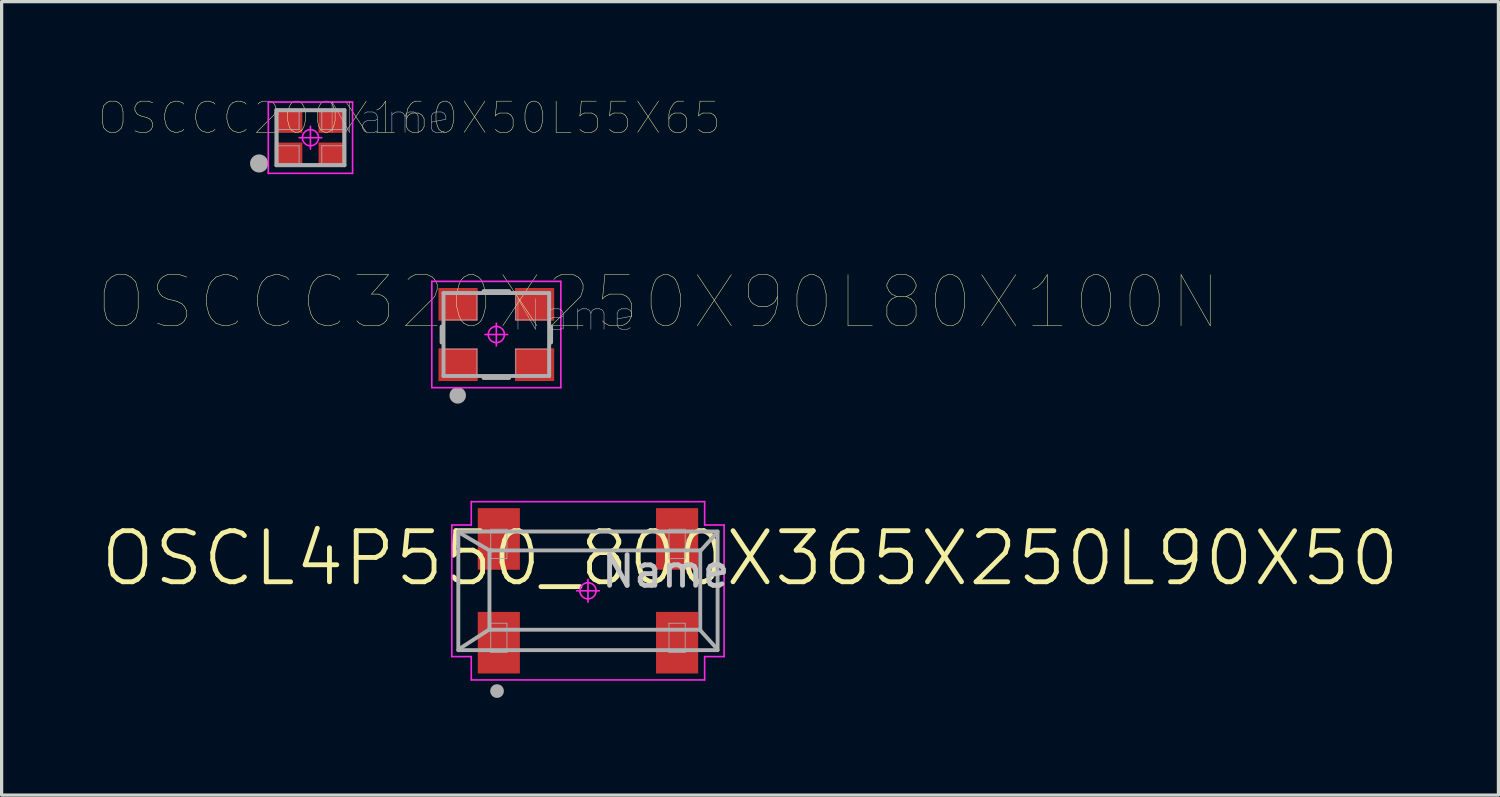
<source format=kicad_pcb>
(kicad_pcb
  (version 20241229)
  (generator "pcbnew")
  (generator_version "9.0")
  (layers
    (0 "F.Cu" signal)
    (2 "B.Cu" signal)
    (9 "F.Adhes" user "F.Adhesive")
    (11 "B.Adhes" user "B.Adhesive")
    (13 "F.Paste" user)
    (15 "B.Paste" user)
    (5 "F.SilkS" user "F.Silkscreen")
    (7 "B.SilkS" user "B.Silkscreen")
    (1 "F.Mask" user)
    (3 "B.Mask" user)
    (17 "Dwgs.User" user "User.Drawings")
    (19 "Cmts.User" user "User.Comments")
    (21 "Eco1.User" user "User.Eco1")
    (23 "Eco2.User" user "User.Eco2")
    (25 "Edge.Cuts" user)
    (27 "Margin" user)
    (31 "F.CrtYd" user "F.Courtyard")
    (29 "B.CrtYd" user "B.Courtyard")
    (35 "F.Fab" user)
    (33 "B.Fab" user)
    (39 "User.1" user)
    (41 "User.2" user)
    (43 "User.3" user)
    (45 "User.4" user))
  (footprint "OSCCC320X250X90L80X100N"
    (layer "F.Cu")
    (at 12.263 7.271)
    (property "Reference" "OSCCC320X250X90L80X100N" (at 5 -1 0) (layer "F.SilkS") (effects (font (size 1.575 1.575) (thickness 0.015))))
    (attr through_hole)
    (fp_line (start -1.99 -1.64) (end 1.99 -1.64) (stroke (width 0.05) (type solid)) (layer "F.CrtYd"))
    (fp_line (start -1.99 1.64) (end -1.99 -1.64) (stroke (width 0.05) (type solid)) (layer "F.CrtYd"))
    (fp_line (start -0.35 0) (end 0.35 0) (stroke (width 0.05) (type solid)) (layer "F.CrtYd"))
    (fp_line (start 0 -0.35) (end 0 0.35) (stroke (width 0.05) (type solid)) (layer "F.CrtYd"))
    (fp_line (start 1.99 -1.64) (end 1.99 1.64) (stroke (width 0.05) (type solid)) (layer "F.CrtYd"))
    (fp_line (start 1.99 1.64) (end -1.99 1.64) (stroke (width 0.05) (type solid)) (layer "F.CrtYd"))
    (fp_circle (center 0 0) (end 0.25 0) (stroke (width 0.05) (type solid)) (fill no) (layer "F.CrtYd"))
    (fp_line (start -1.69 0.245) (end -1.69 -0.245) (stroke (width 0.12) (type solid)) (layer "F.Fab"))
    (fp_line (start -1.63 -1.28) (end 1.63 -1.28) (stroke (width 0.12) (type solid)) (layer "F.Fab"))
    (fp_line (start -1.63 1.28) (end -1.63 -1.28) (stroke (width 0.12) (type solid)) (layer "F.Fab"))
    (fp_line (start -1.6 -1.25) (end -0.6 -1.25) (stroke (width 0.025) (type solid)) (layer "F.Fab"))
    (fp_line (start -1.6 -0.45) (end -1.6 -1.25) (stroke (width 0.025) (type solid)) (layer "F.Fab"))
    (fp_line (start -1.6 0.45) (end -1.6 -0.45) (stroke (width 0.025) (type solid)) (layer "F.Fab"))
    (fp_line (start -1.6 0.45) (end -0.6 0.45) (stroke (width 0.025) (type solid)) (layer "F.Fab"))
    (fp_line (start -1.6 1.25) (end -1.6 0.45) (stroke (width 0.025) (type solid)) (layer "F.Fab"))
    (fp_line (start -0.6 -1.25) (end -0.6 -0.45) (stroke (width 0.025) (type solid)) (layer "F.Fab"))
    (fp_line (start -0.6 -1.25) (end 0.6 -1.25) (stroke (width 0.025) (type solid)) (layer "F.Fab"))
    (fp_line (start -0.6 -0.45) (end -1.6 -0.45) (stroke (width 0.025) (type solid)) (layer "F.Fab"))
    (fp_line (start -0.6 0.45) (end -0.6 1.25) (stroke (width 0.025) (type solid)) (layer "F.Fab"))
    (fp_line (start -0.6 1.25) (end -1.6 1.25) (stroke (width 0.025) (type solid)) (layer "F.Fab"))
    (fp_line (start -0.395 1.34) (end 0.395 1.34) (stroke (width 0.12) (type solid)) (layer "F.Fab"))
    (fp_line (start 0.395 -1.34) (end -0.395 -1.34) (stroke (width 0.12) (type solid)) (layer "F.Fab"))
    (fp_line (start 0.6 -1.25) (end 1.6 -1.25) (stroke (width 0.025) (type solid)) (layer "F.Fab"))
    (fp_line (start 0.6 -0.45) (end 0.6 -1.25) (stroke (width 0.025) (type solid)) (layer "F.Fab"))
    (fp_line (start 0.6 0.45) (end 1.6 0.45) (stroke (width 0.025) (type solid)) (layer "F.Fab"))
    (fp_line (start 0.6 1.25) (end -0.6 1.25) (stroke (width 0.025) (type solid)) (layer "F.Fab"))
    (fp_line (start 0.6 1.25) (end 0.6 0.45) (stroke (width 0.025) (type solid)) (layer "F.Fab"))
    (fp_line (start 1.6 -1.25) (end 1.6 -0.45) (stroke (width 0.025) (type solid)) (layer "F.Fab"))
    (fp_line (start 1.6 -0.45) (end 0.6 -0.45) (stroke (width 0.025) (type solid)) (layer "F.Fab"))
    (fp_line (start 1.6 -0.45) (end 1.6 0.45) (stroke (width 0.025) (type solid)) (layer "F.Fab"))
    (fp_line (start 1.6 0.45) (end 1.6 1.25) (stroke (width 0.025) (type solid)) (layer "F.Fab"))
    (fp_line (start 1.6 1.25) (end 0.6 1.25) (stroke (width 0.025) (type solid)) (layer "F.Fab"))
    (fp_line (start 1.63 -1.28) (end 1.63 1.28) (stroke (width 0.12) (type solid)) (layer "F.Fab"))
    (fp_line (start 1.63 1.28) (end -1.63 1.28) (stroke (width 0.12) (type solid)) (layer "F.Fab"))
    (fp_line (start 1.69 0.245) (end 1.69 -0.245) (stroke (width 0.12) (type solid)) (layer "F.Fab"))
    (fp_circle (center -1.191 1.878) (end -0.937 1.878) (stroke (width 0) (type solid)) (fill yes) (layer "F.Fab"))
    (fp_text user "Name" (at 2.4 -0.6 0) (layer "Dwgs.User") (effects (font (size 0.945 0.945) (thickness 0.015))))
    (pad "1" smd rect (at -1.18 0.93) (size 1.21 1.01) (layers "F.Cu" "F.Mask" "F.Paste"))
    (pad "2" smd rect (at 1.18 0.93) (size 1.21 1.01) (layers "F.Cu" "F.Mask" "F.Paste"))
    (pad "3" smd rect (at 1.18 -0.93) (size 1.21 1.01) (layers "F.Cu" "F.Mask" "F.Paste"))
    (pad "4" smd rect (at -1.18 -0.93) (size 1.21 1.01) (layers "F.Cu" "F.Mask" "F.Paste")))
  (footprint "OSCL4P550_800X365X250L90X50"
    (layer "F.Cu")
    (at 15.09 15.178)
    (property "Reference" "OSCL4P550_800X365X250L90X50" (at 5 -1 0) (layer "F.SilkS") (effects (font (size 1.575 1.575) (thickness 0.15))))
    (attr through_hole)
    (fp_line (start -4.2 -2.03) (end -4.2 2.03) (stroke (width 0.05) (type solid)) (layer "F.CrtYd"))
    (fp_line (start -4.2 2.03) (end -3.6 2.03) (stroke (width 0.05) (type solid)) (layer "F.CrtYd"))
    (fp_line (start -3.6 -2.75) (end -3.6 -2.03) (stroke (width 0.05) (type solid)) (layer "F.CrtYd"))
    (fp_line (start -3.6 -2.03) (end -4.2 -2.03) (stroke (width 0.05) (type solid)) (layer "F.CrtYd"))
    (fp_line (start -3.6 2.03) (end -3.6 2.75) (stroke (width 0.05) (type solid)) (layer "F.CrtYd"))
    (fp_line (start -3.6 2.75) (end 3.6 2.75) (stroke (width 0.05) (type solid)) (layer "F.CrtYd"))
    (fp_line (start -0.35 0) (end 0.35 0) (stroke (width 0.05) (type solid)) (layer "F.CrtYd"))
    (fp_line (start 0 -0.35) (end 0 0.35) (stroke (width 0.05) (type solid)) (layer "F.CrtYd"))
    (fp_line (start 3.6 -2.75) (end -3.6 -2.75) (stroke (width 0.05) (type solid)) (layer "F.CrtYd"))
    (fp_line (start 3.6 -2.03) (end 3.6 -2.75) (stroke (width 0.05) (type solid)) (layer "F.CrtYd"))
    (fp_line (start 3.6 2.03) (end 4.2 2.03) (stroke (width 0.05) (type solid)) (layer "F.CrtYd"))
    (fp_line (start 3.6 2.75) (end 3.6 2.03) (stroke (width 0.05) (type solid)) (layer "F.CrtYd"))
    (fp_line (start 4.2 -2.03) (end 3.6 -2.03) (stroke (width 0.05) (type solid)) (layer "F.CrtYd"))
    (fp_line (start 4.2 2.03) (end 4.2 -2.03) (stroke (width 0.05) (type solid)) (layer "F.CrtYd"))
    (fp_circle (center 0 0) (end 0.25 0) (stroke (width 0.05) (type solid)) (fill no) (layer "F.CrtYd"))
    (fp_line (start -4 -1.83) (end 4 -1.83) (stroke (width 0.12) (type solid)) (layer "F.Fab"))
    (fp_line (start -4 -1.825) (end 4 -1.825) (stroke (width 0.025) (type solid)) (layer "F.Fab"))
    (fp_line (start -4 1.825) (end -4 -1.825) (stroke (width 0.025) (type solid)) (layer "F.Fab"))
    (fp_line (start -4 1.83) (end -4 -1.83) (stroke (width 0.12) (type solid)) (layer "F.Fab"))
    (fp_line (start -3.046 -1.25) (end -3.977 -1.799) (stroke (width 0.12) (type solid)) (layer "F.Fab"))
    (fp_line (start -3.04 1.189) (end -3.98 1.798) (stroke (width 0.12) (type solid)) (layer "F.Fab"))
    (fp_line (start -3.039 -1.246) (end -2.979 -1.246) (stroke (width 0.12) (type solid)) (layer "F.Fab"))
    (fp_line (start -3.039 1.201) (end -3.039 -1.246) (stroke (width 0.12) (type solid)) (layer "F.Fab"))
    (fp_line (start -3 -1.9) (end -2.5 -1.9) (stroke (width 0.025) (type solid)) (layer "F.Fab"))
    (fp_line (start -3 -1) (end -3 -1.9) (stroke (width 0.025) (type solid)) (layer "F.Fab"))
    (fp_line (start -3 1) (end -2.5 1) (stroke (width 0.025) (type solid)) (layer "F.Fab"))
    (fp_line (start -3 1.9) (end -3 1) (stroke (width 0.025) (type solid)) (layer "F.Fab"))
    (fp_line (start -2.993 -1.247) (end 3.464 -1.247) (stroke (width 0.12) (type solid)) (layer "F.Fab"))
    (fp_line (start -2.993 -1.238) (end -2.993 -1.247) (stroke (width 0.12) (type solid)) (layer "F.Fab"))
    (fp_line (start -2.5 -1.9) (end -2.5 -1) (stroke (width 0.025) (type solid)) (layer "F.Fab"))
    (fp_line (start -2.5 -1) (end -3 -1) (stroke (width 0.025) (type solid)) (layer "F.Fab"))
    (fp_line (start -2.5 1) (end -2.5 1.9) (stroke (width 0.025) (type solid)) (layer "F.Fab"))
    (fp_line (start -2.5 1.9) (end -3 1.9) (stroke (width 0.025) (type solid)) (layer "F.Fab"))
    (fp_line (start 2.5 -1.9) (end 3 -1.9) (stroke (width 0.025) (type solid)) (layer "F.Fab"))
    (fp_line (start 2.5 -1) (end 2.5 -1.9) (stroke (width 0.025) (type solid)) (layer "F.Fab"))
    (fp_line (start 2.5 1) (end 3 1) (stroke (width 0.025) (type solid)) (layer "F.Fab"))
    (fp_line (start 2.5 1.9) (end 2.5 1) (stroke (width 0.025) (type solid)) (layer "F.Fab"))
    (fp_line (start 3 -1.9) (end 3 -1) (stroke (width 0.025) (type solid)) (layer "F.Fab"))
    (fp_line (start 3 -1) (end 2.5 -1) (stroke (width 0.025) (type solid)) (layer "F.Fab"))
    (fp_line (start 3 1) (end 3 1.9) (stroke (width 0.025) (type solid)) (layer "F.Fab"))
    (fp_line (start 3 1.9) (end 2.5 1.9) (stroke (width 0.025) (type solid)) (layer "F.Fab"))
    (fp_line (start 3.463 1.216) (end 3.97 1.777) (stroke (width 0.12) (type solid)) (layer "F.Fab"))
    (fp_line (start 3.464 -1.247) (end 3.464 1.201) (stroke (width 0.12) (type solid)) (layer "F.Fab"))
    (fp_line (start 3.464 1.201) (end -3.039 1.201) (stroke (width 0.12) (type solid)) (layer "F.Fab"))
    (fp_line (start 3.468 -1.229) (end 3.949 -1.758) (stroke (width 0.12) (type solid)) (layer "F.Fab"))
    (fp_line (start 4 -1.825) (end 4 1.825) (stroke (width 0.025) (type solid)) (layer "F.Fab"))
    (fp_line (start 4 1.825) (end -4 1.825) (stroke (width 0.025) (type solid)) (layer "F.Fab"))
    (fp_line (start 4 1.83) (end -4 1.83) (stroke (width 0.12) (type solid)) (layer "F.Fab"))
    (fp_line (start 4 1.83) (end 4 -1.83) (stroke (width 0.12) (type solid)) (layer "F.Fab"))
    (fp_circle (center -2.805 3.093) (end -2.594 3.093) (stroke (width 0) (type solid)) (fill yes) (layer "F.Fab"))
    (fp_text user "Name" (at 2.4 -0.6 0) (layer "Dwgs.User") (effects (font (size 0.945 0.945) (thickness 0.15))))
    (pad "1" smd rect (at -2.75 1.6) (size 1.3 1.9) (layers "F.Cu" "F.Mask" "F.Paste"))
    (pad "2" smd rect (at 2.75 1.6) (size 1.3 1.9) (layers "F.Cu" "F.Mask" "F.Paste"))
    (pad "3" smd rect (at 2.75 -1.6) (size 1.3 1.9) (layers "F.Cu" "F.Mask" "F.Paste"))
    (pad "4" smd rect (at -2.75 -1.6) (size 1.3 1.9) (layers "F.Cu" "F.Mask" "F.Paste")))
  (footprint "OSCCC200X160X50L55X65"
    (layer "F.Cu")
    (at 6.528 1.198)
    (property "Reference" "OSCCC200X160X50L55X65" (at 3.05 -0.61 0) (layer "F.SilkS") (effects (font (size 0.961 0.961) (thickness 0.015))))
    (attr through_hole)
    (fp_line (start -1.3 -1.1) (end 1.3 -1.1) (stroke (width 0.05) (type solid)) (layer "F.CrtYd"))
    (fp_line (start -1.3 1.1) (end -1.3 -1.1) (stroke (width 0.05) (type solid)) (layer "F.CrtYd"))
    (fp_line (start -0.35 0) (end 0.35 0) (stroke (width 0.05) (type solid)) (layer "F.CrtYd"))
    (fp_line (start 0 -0.35) (end 0 0.35) (stroke (width 0.05) (type solid)) (layer "F.CrtYd"))
    (fp_line (start 1.3 -1.1) (end 1.3 1.1) (stroke (width 0.05) (type solid)) (layer "F.CrtYd"))
    (fp_line (start 1.3 1.1) (end -1.3 1.1) (stroke (width 0.05) (type solid)) (layer "F.CrtYd"))
    (fp_circle (center 0 0) (end 0.25 0) (stroke (width 0.05) (type solid)) (fill no) (layer "F.CrtYd"))
    (fp_line (start -1.05 -0.85) (end 1.05 -0.85) (stroke (width 0.12) (type solid)) (layer "F.Fab"))
    (fp_line (start -1.05 0.85) (end -1.05 -0.85) (stroke (width 0.12) (type solid)) (layer "F.Fab"))
    (fp_line (start -1 -0.8) (end -0.35 -0.8) (stroke (width 0.025) (type solid)) (layer "F.Fab"))
    (fp_line (start -1 -0.25) (end -1 -0.8) (stroke (width 0.025) (type solid)) (layer "F.Fab"))
    (fp_line (start -1 0.25) (end -1 -0.25) (stroke (width 0.025) (type solid)) (layer "F.Fab"))
    (fp_line (start -1 0.25) (end -0.35 0.25) (stroke (width 0.025) (type solid)) (layer "F.Fab"))
    (fp_line (start -1 0.8) (end -1 0.25) (stroke (width 0.025) (type solid)) (layer "F.Fab"))
    (fp_line (start -0.35 -0.8) (end -0.35 -0.25) (stroke (width 0.025) (type solid)) (layer "F.Fab"))
    (fp_line (start -0.35 -0.8) (end 0.35 -0.8) (stroke (width 0.025) (type solid)) (layer "F.Fab"))
    (fp_line (start -0.35 -0.25) (end -1 -0.25) (stroke (width 0.025) (type solid)) (layer "F.Fab"))
    (fp_line (start -0.35 0.25) (end -0.35 0.8) (stroke (width 0.025) (type solid)) (layer "F.Fab"))
    (fp_line (start -0.35 0.8) (end -1 0.8) (stroke (width 0.025) (type solid)) (layer "F.Fab"))
    (fp_line (start 0.35 -0.8) (end 1 -0.8) (stroke (width 0.025) (type solid)) (layer "F.Fab"))
    (fp_line (start 0.35 -0.25) (end 0.35 -0.8) (stroke (width 0.025) (type solid)) (layer "F.Fab"))
    (fp_line (start 0.35 0.25) (end 1 0.25) (stroke (width 0.025) (type solid)) (layer "F.Fab"))
    (fp_line (start 0.35 0.8) (end -0.35 0.8) (stroke (width 0.025) (type solid)) (layer "F.Fab"))
    (fp_line (start 0.35 0.8) (end 0.35 0.25) (stroke (width 0.025) (type solid)) (layer "F.Fab"))
    (fp_line (start 1 -0.8) (end 1 -0.25) (stroke (width 0.025) (type solid)) (layer "F.Fab"))
    (fp_line (start 1 -0.25) (end 0.35 -0.25) (stroke (width 0.025) (type solid)) (layer "F.Fab"))
    (fp_line (start 1 -0.25) (end 1 0.25) (stroke (width 0.025) (type solid)) (layer "F.Fab"))
    (fp_line (start 1 0.25) (end 1 0.8) (stroke (width 0.025) (type solid)) (layer "F.Fab"))
    (fp_line (start 1 0.8) (end 0.35 0.8) (stroke (width 0.025) (type solid)) (layer "F.Fab"))
    (fp_line (start 1.05 -0.85) (end 1.05 0.85) (stroke (width 0.12) (type solid)) (layer "F.Fab"))
    (fp_line (start 1.05 0.85) (end -1.05 0.85) (stroke (width 0.12) (type solid)) (layer "F.Fab"))
    (fp_circle (center -1.584 0.795) (end -1.304 0.795) (stroke (width 0) (type solid)) (fill yes) (layer "F.Fab"))
    (fp_text user "Name" (at 2.4 -0.6 0) (layer "Dwgs.User") (effects (font (size 0.945 0.945) (thickness 0.015))))
    (pad "1" smd rect (at -0.675 0.525) (size 0.85 0.75) (layers "F.Cu" "F.Mask" "F.Paste"))
    (pad "2" smd rect (at 0.675 0.525) (size 0.85 0.75) (layers "F.Cu" "F.Mask" "F.Paste"))
    (pad "3" smd rect (at 0.675 -0.525) (size 0.85 0.75) (layers "F.Cu" "F.Mask" "F.Paste"))
    (pad "4" smd rect (at -0.675 -0.525) (size 0.85 0.75) (layers "F.Cu" "F.Mask" "F.Paste")))
  (gr_rect
    (start -3 -3)
    (end 43.18 21.481)
    (stroke (width 0.1) (type default))
    (fill no)
    (layer "Edge.Cuts")))
</source>
